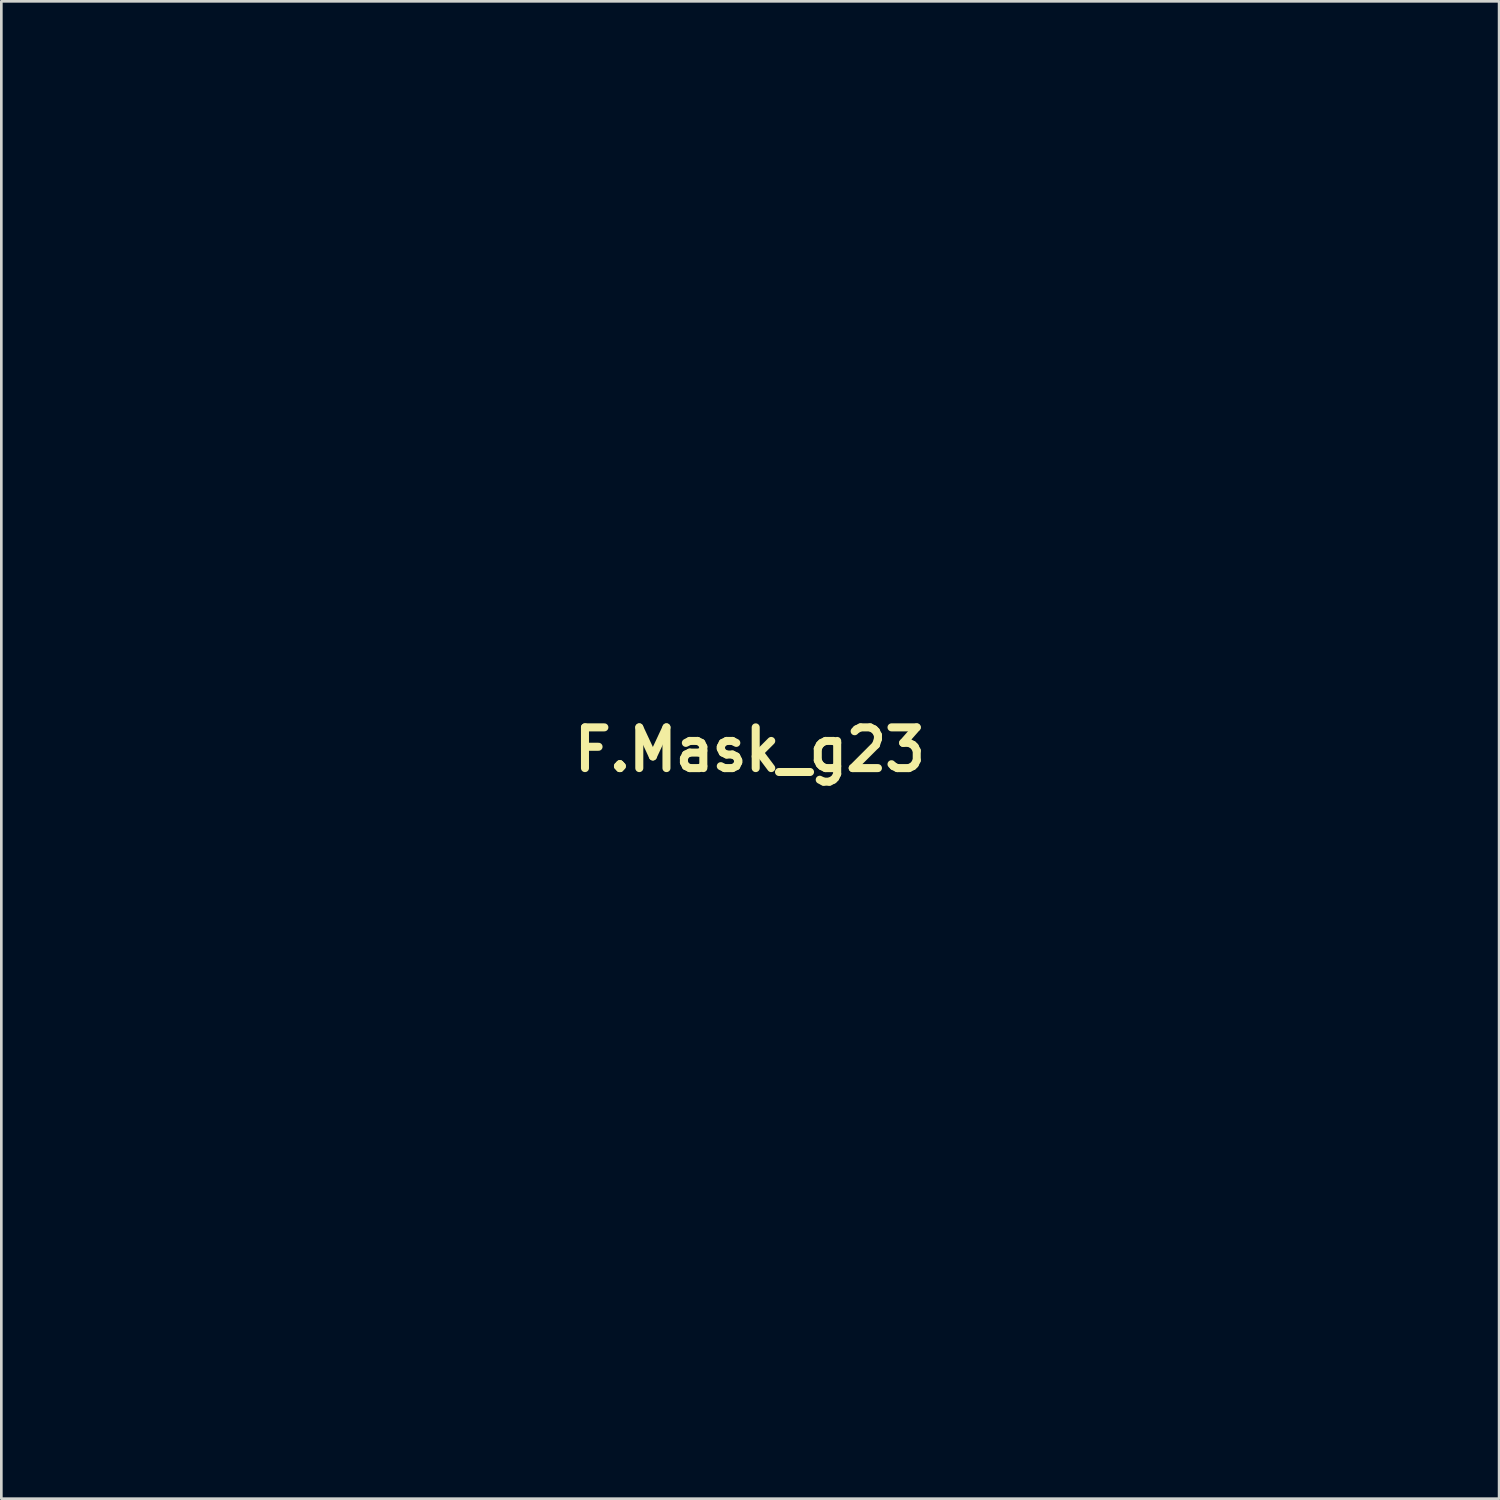
<source format=kicad_pcb>
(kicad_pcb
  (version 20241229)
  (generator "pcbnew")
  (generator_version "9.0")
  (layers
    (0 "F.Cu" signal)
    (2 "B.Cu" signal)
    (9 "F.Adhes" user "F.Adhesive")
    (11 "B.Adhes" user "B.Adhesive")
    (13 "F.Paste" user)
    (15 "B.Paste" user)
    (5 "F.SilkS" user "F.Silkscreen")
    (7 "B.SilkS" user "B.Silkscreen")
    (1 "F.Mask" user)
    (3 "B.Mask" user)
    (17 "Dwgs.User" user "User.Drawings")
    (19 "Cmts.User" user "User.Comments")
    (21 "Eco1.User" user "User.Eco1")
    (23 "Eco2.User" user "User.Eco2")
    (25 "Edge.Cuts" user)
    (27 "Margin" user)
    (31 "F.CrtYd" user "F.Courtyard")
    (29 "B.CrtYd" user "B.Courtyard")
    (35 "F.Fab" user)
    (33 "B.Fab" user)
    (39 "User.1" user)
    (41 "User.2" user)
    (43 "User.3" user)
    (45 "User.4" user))
  (footprint "F.Mask_g23"
    (layer "F.Cu")
    (at 25 24.992)
    (property "Reference" "F.Mask_g23" (at 0 0 0) (layer "F.SilkS") (effects (font (size 1.524 1.524) (thickness 0.3))))
    (attr through_hole)
    (fp_poly (pts (xy -3.636 1.263) (xy -3.483 1.617) (xy -3.357 1.973) (xy -3.258 2.324) (xy -3.189 2.666) (xy -3.149 2.995) (xy -3.141 3.304) (xy -3.152 3.482) (xy -3.201 3.807) (xy -3.283 4.106) (xy -3.398 4.383) (xy -3.55 4.641) (xy -3.739 4.883) (xy -3.891 5.042) (xy -4.157 5.272) (xy -4.441 5.464) (xy -4.743 5.618) (xy -5.064 5.733) (xy -5.285 5.788) (xy -5.348 5.8) (xy -5.413 5.81) (xy -5.487 5.819) (xy -5.579 5.828) (xy -5.695 5.837) (xy -5.844 5.847) (xy -5.895 5.85) (xy -5.962 5.851) (xy -6.056 5.849) (xy -6.163 5.845) (xy -6.227 5.841) (xy -6.463 5.815) (xy -6.717 5.773) (xy -6.969 5.717) (xy -7.101 5.682) (xy -7.209 5.649) (xy -7.321 5.612) (xy -7.43 5.574) (xy -7.529 5.538) (xy -7.612 5.505) (xy -7.671 5.479) (xy -7.699 5.463) (xy -7.7 5.459) (xy -7.685 5.442) (xy -7.643 5.396) (xy -7.576 5.322) (xy -7.486 5.222) (xy -7.373 5.098) (xy -7.24 4.952) (xy -7.088 4.785) (xy -6.918 4.599) (xy -6.733 4.397) (xy -6.535 4.179) (xy -6.324 3.948) (xy -6.102 3.706) (xy -5.871 3.453) (xy -5.704 3.271) (xy -3.715 1.097) (xy -3.636 1.263)) (stroke (width 0.01) (type solid)) (fill yes) (layer "F.Mask"))
    (fp_poly (pts (xy 4.989 -7.52) (xy 5.156 -7.173) (xy 5.296 -6.827) (xy 5.407 -6.485) (xy 5.49 -6.153) (xy 5.542 -5.835) (xy 5.563 -5.536) (xy 5.559 -5.364) (xy 5.525 -5.064) (xy 5.46 -4.79) (xy 5.362 -4.538) (xy 5.228 -4.303) (xy 5.057 -4.082) (xy 4.998 -4.016) (xy 4.765 -3.798) (xy 4.504 -3.602) (xy 4.224 -3.436) (xy 3.937 -3.308) (xy 3.752 -3.245) (xy 3.566 -3.199) (xy 3.371 -3.168) (xy 3.153 -3.149) (xy 2.974 -3.143) (xy 2.848 -3.141) (xy 2.733 -3.14) (xy 2.638 -3.141) (xy 2.57 -3.143) (xy 2.54 -3.145) (xy 2.493 -3.152) (xy 2.42 -3.163) (xy 2.335 -3.176) (xy 2.328 -3.177) (xy 2.154 -3.207) (xy 1.955 -3.253) (xy 1.746 -3.309) (xy 1.541 -3.374) (xy 1.524 -3.379) (xy 1.438 -3.41) (xy 1.337 -3.45) (xy 1.229 -3.495) (xy 1.119 -3.543) (xy 1.016 -3.589) (xy 0.926 -3.632) (xy 0.857 -3.667) (xy 0.814 -3.692) (xy 0.804 -3.702) (xy 0.819 -3.718) (xy 0.862 -3.763) (xy 0.931 -3.834) (xy 1.026 -3.929) (xy 1.143 -4.048) (xy 1.281 -4.187) (xy 1.44 -4.347) (xy 1.616 -4.524) (xy 1.808 -4.717) (xy 2.015 -4.924) (xy 2.234 -5.144) (xy 2.465 -5.375) (xy 2.704 -5.615) (xy 2.832 -5.742) (xy 4.859 -7.77) (xy 4.989 -7.52)) (stroke (width 0.01) (type solid)) (fill yes) (layer "F.Mask"))
    (fp_poly (pts (xy 1.193 -24.987) (xy 2.334 -24.987) (xy 3.435 -24.987) (xy 4.495 -24.987) (xy 5.516 -24.987) (xy 6.498 -24.987) (xy 7.442 -24.987) (xy 8.349 -24.987) (xy 9.22 -24.987) (xy 10.056 -24.987) (xy 10.856 -24.987) (xy 11.623 -24.987) (xy 12.356 -24.987) (xy 13.057 -24.986) (xy 13.725 -24.986) (xy 14.363 -24.986) (xy 14.97 -24.986) (xy 15.548 -24.985) (xy 16.097 -24.985) (xy 16.617 -24.985) (xy 17.111 -24.985) (xy 17.578 -24.984) (xy 18.019 -24.984) (xy 18.435 -24.983) (xy 18.826 -24.983) (xy 19.194 -24.982) (xy 19.539 -24.982) (xy 19.862 -24.981) (xy 20.164 -24.981) (xy 20.445 -24.98) (xy 20.706 -24.979) (xy 20.948 -24.979) (xy 21.172 -24.978) (xy 21.378 -24.977) (xy 21.568 -24.976) (xy 21.741 -24.975) (xy 21.899 -24.974) (xy 22.042 -24.973) (xy 22.172 -24.972) (xy 22.288 -24.971) (xy 22.392 -24.97) (xy 22.485 -24.969) (xy 22.566 -24.968) (xy 22.638 -24.966) (xy 22.7 -24.965) (xy 22.754 -24.964) (xy 22.799 -24.962) (xy 22.838 -24.961) (xy 22.87 -24.959) (xy 22.897 -24.957) (xy 22.919 -24.956) (xy 22.936 -24.954) (xy 22.951 -24.952) (xy 22.963 -24.95) (xy 22.964 -24.95) (xy 23.283 -24.87) (xy 23.578 -24.757) (xy 23.851 -24.609) (xy 24.104 -24.425) (xy 24.241 -24.302) (xy 24.388 -24.152) (xy 24.511 -24.004) (xy 24.618 -23.844) (xy 24.721 -23.659) (xy 24.745 -23.611) (xy 24.849 -23.375) (xy 24.925 -23.139) (xy 24.976 -22.888) (xy 24.996 -22.737) (xy 24.997 -22.705) (xy 24.998 -22.631) (xy 24.999 -22.517) (xy 25 -22.363) (xy 25.001 -22.172) (xy 25.003 -21.943) (xy 25.004 -21.679) (xy 25.005 -21.38) (xy 25.006 -21.047) (xy 25.007 -20.681) (xy 25.008 -20.284) (xy 25.008 -19.856) (xy 25.009 -19.398) (xy 25.01 -18.912) (xy 25.011 -18.398) (xy 25.012 -17.858) (xy 25.012 -17.293) (xy 25.013 -16.704) (xy 25.014 -16.091) (xy 25.014 -15.457) (xy 25.015 -14.801) (xy 25.016 -14.125) (xy 25.016 -13.431) (xy 25.017 -12.719) (xy 25.017 -11.989) (xy 25.018 -11.245) (xy 25.018 -10.485) (xy 25.018 -9.712) (xy 25.019 -8.927) (xy 25.019 -8.13) (xy 25.019 -7.322) (xy 25.02 -6.506) (xy 25.02 -5.681) (xy 25.02 -4.849) (xy 25.02 -4.011) (xy 25.02 -3.167) (xy 25.021 -2.32) (xy 25.021 -1.47) (xy 25.021 -0.618) (xy 25.021 0.235) (xy 25.021 1.087) (xy 25.021 1.938) (xy 25.02 2.787) (xy 25.02 3.632) (xy 25.02 4.473) (xy 25.02 5.308) (xy 25.02 6.136) (xy 25.02 6.957) (xy 25.019 7.769) (xy 25.019 8.571) (xy 25.019 9.362) (xy 25.018 10.141) (xy 25.018 10.907) (xy 25.017 11.659) (xy 25.017 12.396) (xy 25.016 13.116) (xy 25.016 13.819) (xy 25.015 14.504) (xy 25.015 15.169) (xy 25.014 15.814) (xy 25.013 16.437) (xy 25.013 17.038) (xy 25.012 17.615) (xy 25.011 18.167) (xy 25.01 18.693) (xy 25.01 19.192) (xy 25.009 19.663) (xy 25.008 20.105) (xy 25.007 20.518) (xy 25.006 20.899) (xy 25.005 21.247) (xy 25.004 21.563) (xy 25.003 21.844) (xy 25.002 22.089) (xy 25.001 22.298) (xy 25 22.47) (xy 24.999 22.603) (xy 24.997 22.696) (xy 24.996 22.748) (xy 24.996 22.759) (xy 24.956 23.024) (xy 24.894 23.266) (xy 24.806 23.501) (xy 24.745 23.633) (xy 24.642 23.825) (xy 24.536 23.99) (xy 24.418 24.14) (xy 24.278 24.288) (xy 24.241 24.324) (xy 24 24.528) (xy 23.74 24.696) (xy 23.458 24.83) (xy 23.152 24.931) (xy 22.985 24.97) (xy 22.975 24.972) (xy 22.961 24.974) (xy 22.944 24.976) (xy 22.922 24.977) (xy 22.896 24.979) (xy 22.863 24.98) (xy 22.824 24.982) (xy 22.777 24.984) (xy 22.722 24.985) (xy 22.659 24.986) (xy 22.585 24.988) (xy 22.502 24.989) (xy 22.407 24.99) (xy 22.3 24.991) (xy 22.181 24.992) (xy 22.048 24.993) (xy 21.901 24.994) (xy 21.74 24.995) (xy 21.562 24.996) (xy 21.369 24.997) (xy 21.158 24.998) (xy 20.929 24.999) (xy 20.682 25) (xy 20.415 25) (xy 20.128 25.001) (xy 19.821 25.002) (xy 19.491 25.002) (xy 19.14 25.003) (xy 18.765 25.003) (xy 18.366 25.004) (xy 17.943 25.004) (xy 17.494 25.005) (xy 17.02 25.005) (xy 16.518 25.006) (xy 15.989 25.006) (xy 15.431 25.006) (xy 14.844 25.007) (xy 14.228 25.007) (xy 13.581 25.007) (xy 12.902 25.007) (xy 12.192 25.008) (xy 11.448 25.008) (xy 10.671 25.008) (xy 9.86 25.008) (xy 9.013 25.009) (xy 8.131 25.009) (xy 7.212 25.009) (xy 6.255 25.009) (xy 5.261 25.009) (xy 4.228 25.01) (xy 3.155 25.01) (xy 2.042 25.01) (xy 0.887 25.01) (xy 0.106 25.01) (xy -0.946 25.01) (xy -1.982 25.01) (xy -3.002 25.011) (xy -4.006 25.011) (xy -4.991 25.011) (xy -5.959 25.011) (xy -6.907 25.01) (xy -7.836 25.01) (xy -8.744 25.01) (xy -9.631 25.01) (xy -10.495 25.01) (xy -11.337 25.01) (xy -12.155 25.009) (xy -12.949 25.009) (xy -13.718 25.009) (xy -14.461 25.008) (xy -15.178 25.008) (xy -15.867 25.007) (xy -16.528 25.007) (xy -17.16 25.007) (xy -17.762 25.006) (xy -18.334 25.006) (xy -18.876 25.005) (xy -19.385 25.004) (xy -19.861 25.004) (xy -20.305 25.003) (xy -20.714 25.003) (xy -21.088 25.002) (xy -21.427 25.001) (xy -21.73 25) (xy -21.995 25) (xy -22.222 24.999) (xy -22.411 24.998) (xy -22.56 24.997) (xy -22.67 24.997) (xy -22.738 24.996) (xy -22.765 24.995) (xy -23.044 24.947) (xy -23.324 24.866) (xy -23.595 24.756) (xy -23.843 24.623) (xy -23.919 24.574) (xy -24.035 24.486) (xy -24.163 24.375) (xy -24.292 24.252) (xy -24.408 24.127) (xy -24.492 24.025) (xy -24.578 23.899) (xy -24.666 23.745) (xy -24.75 23.577) (xy -24.823 23.407) (xy -24.88 23.25) (xy -24.901 23.177) (xy -24.925 23.067) (xy -24.948 22.934) (xy -24.968 22.801) (xy -24.976 22.733) (xy -24.977 22.708) (xy -24.978 22.661) (xy -24.979 22.592) (xy -24.981 22.499) (xy -24.982 22.382) (xy -24.983 22.241) (xy -24.984 22.075) (xy -24.985 21.884) (xy -24.986 21.667) (xy -24.987 21.424) (xy -24.988 21.154) (xy -24.988 20.856) (xy -24.989 20.53) (xy -24.99 20.176) (xy -24.99 19.793) (xy -24.991 19.38) (xy -24.992 18.937) (xy -24.992 18.464) (xy -24.993 17.959) (xy -24.993 17.423) (xy -24.993 16.855) (xy -24.994 16.255) (xy -24.994 15.621) (xy -24.994 14.953) (xy -24.994 14.251) (xy -24.995 13.652) (xy -23.979 13.652) (xy -23.979 14.289) (xy -23.979 14.895) (xy -23.979 15.471) (xy -23.979 16.019) (xy -23.979 16.539) (xy -23.979 17.031) (xy -23.978 17.497) (xy -23.978 17.937) (xy -23.978 18.352) (xy -23.977 18.742) (xy -23.977 19.109) (xy -23.977 19.453) (xy -23.976 19.775) (xy -23.976 20.076) (xy -23.975 20.356) (xy -23.975 20.617) (xy -23.974 20.858) (xy -23.973 21.081) (xy -23.972 21.287) (xy -23.972 21.475) (xy -23.971 21.648) (xy -23.97 21.805) (xy -23.969 21.948) (xy -23.968 22.077) (xy -23.967 22.193) (xy -23.966 22.297) (xy -23.965 22.389) (xy -23.963 22.47) (xy -23.962 22.541) (xy -23.961 22.603) (xy -23.959 22.657) (xy -23.958 22.702) (xy -23.956 22.741) (xy -23.955 22.773) (xy -23.953 22.8) (xy -23.951 22.822) (xy -23.949 22.84) (xy -23.947 22.854) (xy -23.945 22.866) (xy -23.943 22.877) (xy -23.941 22.886) (xy -23.94 22.892) (xy -23.883 23.078) (xy -23.81 23.238) (xy -23.713 23.386) (xy -23.586 23.534) (xy -23.55 23.571) (xy -23.399 23.708) (xy -23.251 23.812) (xy -23.093 23.891) (xy -22.912 23.951) (xy -22.881 23.96) (xy -22.873 23.962) (xy -22.863 23.964) (xy -22.851 23.966) (xy -22.837 23.968) (xy -22.82 23.97) (xy -22.799 23.971) (xy -22.773 23.973) (xy -22.741 23.975) (xy -22.703 23.976) (xy -22.658 23.978) (xy -22.606 23.979) (xy -22.544 23.981) (xy -22.474 23.982) (xy -22.393 23.983) (xy -22.302 23.984) (xy -22.199 23.985) (xy -22.084 23.987) (xy -21.956 23.988) (xy -21.814 23.989) (xy -21.657 23.99) (xy -21.485 23.99) (xy -21.297 23.991) (xy -21.092 23.992) (xy -20.87 23.993) (xy -20.63 23.994) (xy -20.37 23.994) (xy -20.091 23.995) (xy -19.791 23.995) (xy -19.469 23.996) (xy -19.126 23.997) (xy -18.76 23.997) (xy -18.37 23.997) (xy -17.956 23.998) (xy -17.517 23.998) (xy -17.052 23.999) (xy -16.561 23.999) (xy -16.042 23.999) (xy -15.495 24) (xy -14.92 24) (xy -14.314 24) (xy -13.679 24) (xy -13.012 24) (xy -12.314 24.001) (xy -11.583 24.001) (xy -10.819 24.001) (xy -10.02 24.001) (xy -9.187 24.001) (xy -8.318 24.001) (xy -7.413 24.001) (xy -6.471 24.001) (xy -5.491 24.002) (xy -4.473 24.002) (xy -3.415 24.002) (xy -2.317 24.002) (xy -1.178 24.002) (xy 0.002 24.002) (xy 1.182 24.002) (xy 2.321 24.002) (xy 3.419 24.002) (xy 4.476 24.002) (xy 5.495 24.002) (xy 6.475 24.002) (xy 7.417 24.002) (xy 8.321 24.002) (xy 9.19 24.002) (xy 10.023 24.002) (xy 10.821 24.002) (xy 11.585 24.002) (xy 12.316 24.002) (xy 13.015 24.002) (xy 13.681 24.002) (xy 14.316 24.002) (xy 14.921 24.001) (xy 15.497 24.001) (xy 16.044 24.001) (xy 16.562 24.001) (xy 17.054 24.001) (xy 17.518 24) (xy 17.957 24) (xy 18.371 24) (xy 18.761 23.999) (xy 19.127 23.999) (xy 19.471 23.998) (xy 19.792 23.998) (xy 20.092 23.997) (xy 20.371 23.997) (xy 20.631 23.996) (xy 20.871 23.995) (xy 21.094 23.994) (xy 21.298 23.994) (xy 21.486 23.993) (xy 21.658 23.992) (xy 21.815 23.991) (xy 21.957 23.99) (xy 22.086 23.989) (xy 22.201 23.988) (xy 22.304 23.987) (xy 22.396 23.986) (xy 22.476 23.984) (xy 22.547 23.983) (xy 22.609 23.982) (xy 22.662 23.98) (xy 22.707 23.979) (xy 22.745 23.977) (xy 22.777 23.975) (xy 22.803 23.974) (xy 22.825 23.972) (xy 22.843 23.97) (xy 22.857 23.968) (xy 22.869 23.966) (xy 22.879 23.964) (xy 22.888 23.962) (xy 22.894 23.961) (xy 23.131 23.88) (xy 23.345 23.764) (xy 23.535 23.616) (xy 23.697 23.44) (xy 23.829 23.237) (xy 23.926 23.011) (xy 23.961 22.894) (xy 23.963 22.885) (xy 23.965 22.875) (xy 23.967 22.864) (xy 23.969 22.851) (xy 23.971 22.835) (xy 23.973 22.816) (xy 23.975 22.792) (xy 23.976 22.763) (xy 23.978 22.728) (xy 23.979 22.686) (xy 23.981 22.637) (xy 23.982 22.58) (xy 23.984 22.514) (xy 23.985 22.439) (xy 23.986 22.353) (xy 23.987 22.255) (xy 23.989 22.146) (xy 23.99 22.025) (xy 23.991 21.89) (xy 23.992 21.74) (xy 23.992 21.576) (xy 23.993 21.396) (xy 23.994 21.2) (xy 23.995 20.987) (xy 23.996 20.755) (xy 23.996 20.505) (xy 23.997 20.236) (xy 23.998 19.946) (xy 23.998 19.636) (xy 23.999 19.304) (xy 23.999 18.949) (xy 24 18.572) (xy 24 18.17) (xy 24 17.744) (xy 24.001 17.292) (xy 24.001 16.814) (xy 24.001 16.309) (xy 24.001 15.777) (xy 24.002 15.216) (xy 24.002 14.626) (xy 24.002 14.005) (xy 24.002 13.355) (xy 24.002 12.673) (xy 24.003 11.958) (xy 24.003 11.211) (xy 24.003 10.43) (xy 24.003 9.614) (xy 24.003 8.764) (xy 24.003 7.877) (xy 24.003 6.954) (xy 24.003 5.993) (xy 24.003 4.994) (xy 24.003 3.956) (xy 24.003 2.878) (xy 24.003 1.76) (xy 24.003 0.601) (xy 24.003 -1.169) (xy 24.003 -2.308) (xy 24.003 -3.405) (xy 24.003 -4.463) (xy 24.003 -5.481) (xy 24.003 -6.461) (xy 24.003 -7.403) (xy 24.003 -8.307) (xy 24.003 -9.176) (xy 24.003 -10.008) (xy 24.003 -10.807) (xy 24.003 -11.57) (xy 24.002 -12.301) (xy 24.002 -12.999) (xy 24.002 -13.665) (xy 24.002 -14.301) (xy 24.002 -14.905) (xy 24.002 -15.481) (xy 24.001 -16.027) (xy 24.001 -16.546) (xy 24.001 -17.037) (xy 24 -17.502) (xy 24 -17.94) (xy 24 -18.354) (xy 23.999 -18.744) (xy 23.999 -19.11) (xy 23.998 -19.453) (xy 23.998 -19.774) (xy 23.997 -20.074) (xy 23.997 -20.353) (xy 23.996 -20.613) (xy 23.995 -20.853) (xy 23.995 -21.075) (xy 23.994 -21.28) (xy 23.993 -21.468) (xy 23.992 -21.64) (xy 23.991 -21.796) (xy 23.99 -21.938) (xy 23.989 -22.066) (xy 23.988 -22.182) (xy 23.987 -22.285) (xy 23.986 -22.376) (xy 23.984 -22.457) (xy 23.983 -22.527) (xy 23.982 -22.589) (xy 23.98 -22.642) (xy 23.979 -22.687) (xy 23.977 -22.725) (xy 23.975 -22.757) (xy 23.974 -22.783) (xy 23.972 -22.805) (xy 23.97 -22.823) (xy 23.968 -22.837) (xy 23.966 -22.849) (xy 23.964 -22.859) (xy 23.962 -22.868) (xy 23.961 -22.872) (xy 23.903 -23.059) (xy 23.827 -23.223) (xy 23.726 -23.374) (xy 23.592 -23.525) (xy 23.57 -23.548) (xy 23.417 -23.687) (xy 23.267 -23.792) (xy 23.106 -23.872) (xy 22.924 -23.932) (xy 22.892 -23.94) (xy 22.883 -23.942) (xy 22.873 -23.944) (xy 22.862 -23.946) (xy 22.849 -23.948) (xy 22.833 -23.95) (xy 22.814 -23.952) (xy 22.79 -23.954) (xy 22.761 -23.955) (xy 22.726 -23.957) (xy 22.685 -23.958) (xy 22.636 -23.96) (xy 22.579 -23.961) (xy 22.514 -23.963) (xy 22.438 -23.964) (xy 22.353 -23.965) (xy 22.256 -23.966) (xy 22.147 -23.967) (xy 22.026 -23.968) (xy 21.891 -23.969) (xy 21.742 -23.97) (xy 21.579 -23.971) (xy 21.4 -23.972) (xy 21.204 -23.973) (xy 20.991 -23.974) (xy 20.761 -23.974) (xy 20.512 -23.975) (xy 20.243 -23.975) (xy 19.954 -23.976) (xy 19.645 -23.976) (xy 19.314 -23.977) (xy 18.96 -23.977) (xy 18.584 -23.978) (xy 18.183 -23.978) (xy 17.758 -23.978) (xy 17.307 -23.978) (xy 16.831 -23.979) (xy 16.327 -23.979) (xy 15.796 -23.979) (xy 15.237 -23.979) (xy 14.648 -23.979) (xy 14.029 -23.979) (xy 13.38 -23.979) (xy 12.7 -23.979) (xy 11.987 -23.979) (xy 11.241 -23.979) (xy 10.462 -23.979) (xy 9.649 -23.979) (xy 8.8 -23.979) (xy 7.915 -23.978) (xy 6.994 -23.978) (xy 6.035 -23.978) (xy 5.039 -23.978) (xy 4.003 -23.978) (xy 2.928 -23.977) (xy 1.812 -23.977) (xy 0.655 -23.977) (xy -0.042 -23.977) (xy -22.807 -23.971) (xy -22.976 -23.914) (xy -23.195 -23.821) (xy -23.387 -23.701) (xy -23.553 -23.556) (xy -23.711 -23.372) (xy -23.832 -23.173) (xy -23.914 -22.977) (xy -23.971 -22.807) (xy -23.977 -0.042) (xy -23.977 1.139) (xy -23.977 2.279) (xy -23.977 3.378) (xy -23.978 4.436) (xy -23.978 5.456) (xy -23.978 6.437) (xy -23.978 7.38) (xy -23.978 8.286) (xy -23.979 9.155) (xy -23.979 9.989) (xy -23.979 10.789) (xy -23.979 11.554) (xy -23.979 12.286) (xy -23.979 12.985) (xy -23.979 13.652) (xy -24.995 13.652) (xy -24.995 13.514) (xy -24.995 12.742) (xy -24.995 11.935) (xy -24.995 11.091) (xy -24.995 10.21) (xy -24.995 9.292) (xy -24.995 8.336) (xy -24.995 7.341) (xy -24.994 6.308) (xy -24.994 5.235) (xy -24.994 4.122) (xy -24.994 2.969) (xy -24.993 1.775) (xy -24.993 0.539) (xy -24.993 -0.148) (xy -24.992 -1.328) (xy -24.992 -2.467) (xy -24.992 -3.564) (xy -24.991 -4.622) (xy -24.991 -5.64) (xy -24.991 -6.62) (xy -24.99 -7.562) (xy -24.99 -8.466) (xy -24.99 -9.335) (xy -24.989 -10.167) (xy -24.989 -10.965) (xy -24.989 -11.729) (xy -24.988 -12.46) (xy -24.988 -13.158) (xy -24.987 -13.824) (xy -24.987 -14.459) (xy -24.987 -15.064) (xy -24.986 -15.639) (xy -24.986 -16.185) (xy -24.985 -16.703) (xy -24.985 -17.194) (xy -24.984 -17.659) (xy -24.984 -18.097) (xy -24.983 -18.51) (xy -24.983 -18.899) (xy -24.982 -19.265) (xy -24.981 -19.608) (xy -24.981 -19.928) (xy -24.98 -20.227) (xy -24.979 -20.506) (xy -24.978 -20.765) (xy -24.978 -21.004) (xy -24.977 -21.226) (xy -24.976 -21.43) (xy -24.975 -21.617) (xy -24.974 -21.787) (xy -24.973 -21.943) (xy -24.972 -22.084) (xy -24.971 -22.211) (xy -24.97 -22.325) (xy -24.968 -22.427) (xy -24.967 -22.517) (xy -24.966 -22.596) (xy -24.965 -22.665) (xy -24.963 -22.725) (xy -24.962 -22.777) (xy -24.96 -22.82) (xy -24.959 -22.857) (xy -24.957 -22.887) (xy -24.955 -22.911) (xy -24.954 -22.931) (xy -24.952 -22.946) (xy -24.95 -22.958) (xy -24.949 -22.964) (xy -24.867 -23.276) (xy -24.757 -23.559) (xy -24.614 -23.82) (xy -24.437 -24.064) (xy -24.259 -24.259) (xy -24.023 -24.47) (xy -23.773 -24.643) (xy -23.507 -24.78) (xy -23.217 -24.884) (xy -22.943 -24.95) (xy -22.931 -24.952) (xy -22.917 -24.953) (xy -22.9 -24.955) (xy -22.878 -24.957) (xy -22.852 -24.959) (xy -22.821 -24.96) (xy -22.783 -24.962) (xy -22.738 -24.963) (xy -22.685 -24.965) (xy -22.624 -24.966) (xy -22.553 -24.968) (xy -22.473 -24.969) (xy -22.381 -24.97) (xy -22.279 -24.971) (xy -22.164 -24.972) (xy -22.036 -24.973) (xy -21.894 -24.974) (xy -21.737 -24.975) (xy -21.566 -24.976) (xy -21.378 -24.977) (xy -21.174 -24.978) (xy -20.952 -24.979) (xy -20.711 -24.979) (xy -20.452 -24.98) (xy -20.173 -24.981) (xy -19.874 -24.981) (xy -19.553 -24.982) (xy -19.21 -24.982) (xy -18.845 -24.983) (xy -18.456 -24.983) (xy -18.042 -24.984) (xy -17.604 -24.984) (xy -17.14 -24.985) (xy -16.649 -24.985) (xy -16.132 -24.985) (xy -15.586 -24.985) (xy -15.011 -24.986) (xy -14.407 -24.986) (xy -13.773 -24.986) (xy -13.107 -24.986) (xy -12.41 -24.986) (xy -11.68 -24.987) (xy -10.917 -24.987) (xy -10.121 -24.987) (xy -9.289 -24.987) (xy -8.422 -24.987) (xy -7.518 -24.987) (xy -6.578 -24.987) (xy -5.599 -24.987) (xy -4.583 -24.987) (xy -3.527 -24.987) (xy -2.431 -24.987) (xy -1.294 -24.987) (xy -0.116 -24.987) (xy 0.011 -24.987) (xy 1.193 -24.987)) (stroke (width 0.01) (type solid)) (fill yes) (layer "F.Mask")))
  (gr_rect
    (start -3 -3)
    (end 53.025 53.008)
    (stroke (width 0.1) (type default))
    (fill no)
    (layer "Edge.Cuts")))
</source>
